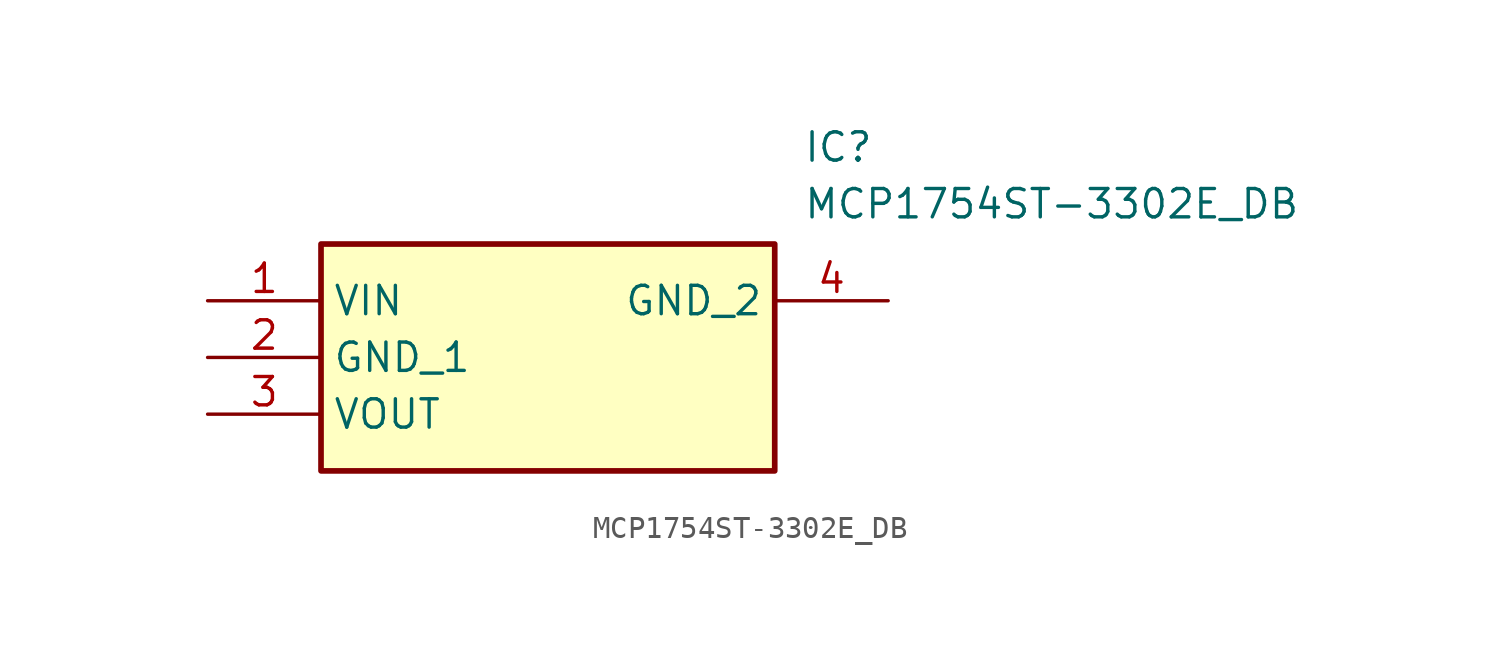
<source format=kicad_sym>
(kicad_symbol_lib
  (version 20211014)
  (generator SamacSys_ECAD_Model)
  (symbol "MCP1754ST-3302E_DB"
    (property "Reference" "IC"
      (at 26.67 7.62 0)
      (effects (font (size 1.27 1.27)) (justify left top)))
    (property "Value" "MCP1754ST-3302E_DB"
      (at 26.67 5.08 0)
      (effects (font (size 1.27 1.27)) (justify left top)))
    (rectangle
      (start 5.08 2.54)
      (end 25.4 -7.62)
      (stroke (width 0.254) (type default))
      (fill (type background)))
    (pin passive line
      (at 0 0 0)
      (length 5.08)
      (name "VIN" (effects (font (size 1.27 1.27))))
      (number "1" (effects (font (size 1.27 1.27)))))
    (pin passive line
      (at 0 -2.54 0)
      (length 5.08)
      (name "GND_1" (effects (font (size 1.27 1.27))))
      (number "2" (effects (font (size 1.27 1.27)))))
    (pin passive line
      (at 0 -5.08 0)
      (length 5.08)
      (name "VOUT" (effects (font (size 1.27 1.27))))
      (number "3" (effects (font (size 1.27 1.27)))))
    (pin passive line
      (at 30.48 0 180)
      (length 5.08)
      (name "GND_2" (effects (font (size 1.27 1.27))))
      (number "4" (effects (font (size 1.27 1.27)))))))
</source>
